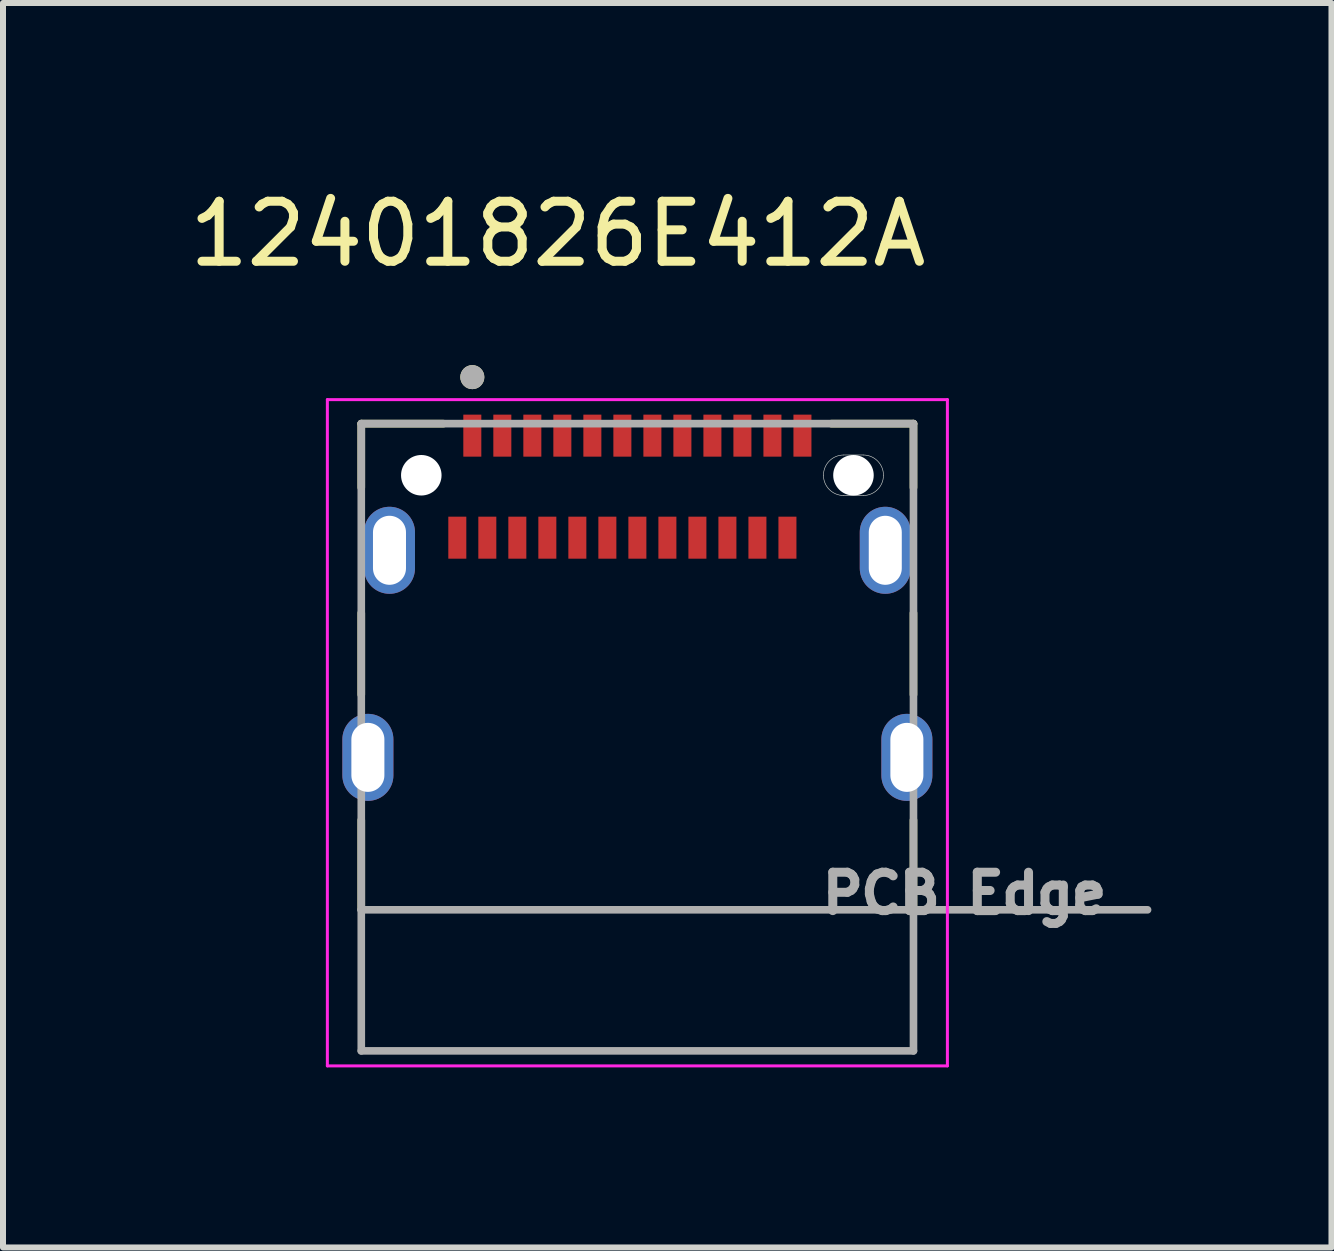
<source format=kicad_pcb>
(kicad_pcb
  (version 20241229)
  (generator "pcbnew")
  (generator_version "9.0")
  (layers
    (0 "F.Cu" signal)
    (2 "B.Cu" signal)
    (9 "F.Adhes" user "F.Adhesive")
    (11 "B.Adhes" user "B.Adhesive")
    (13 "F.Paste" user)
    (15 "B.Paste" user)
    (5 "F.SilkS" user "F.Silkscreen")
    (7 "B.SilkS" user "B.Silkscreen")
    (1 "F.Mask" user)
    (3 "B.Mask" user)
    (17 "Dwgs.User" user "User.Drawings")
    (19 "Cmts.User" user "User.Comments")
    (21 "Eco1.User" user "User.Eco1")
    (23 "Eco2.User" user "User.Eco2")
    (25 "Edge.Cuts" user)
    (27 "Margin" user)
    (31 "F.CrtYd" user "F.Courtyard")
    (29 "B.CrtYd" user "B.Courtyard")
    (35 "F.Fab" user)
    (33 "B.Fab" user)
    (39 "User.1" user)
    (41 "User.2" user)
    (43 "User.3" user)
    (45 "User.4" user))
  (footprint "12401826E412A"
    (layer "F.Cu")
    (at 7.569 8.458)
    (property "Reference" "12401826E412A" (at -1.325 -7.61 0) (layer "F.SilkS") (effects (font (size 1 1) (thickness 0.15))))
    (attr smd)
    (fp_poly (pts (xy -3.2 -2.95) (xy -2.8 -2.95) (xy -2.8 -2.15) (xy -3.2 -2.15)) (stroke (width 0.01) (type solid)) (fill yes) (layer "F.Mask"))
    (fp_poly (pts (xy -2.95 -4.65) (xy -2.55 -4.65) (xy -2.55 -3.85) (xy -2.95 -3.85)) (stroke (width 0.01) (type solid)) (fill yes) (layer "F.Mask"))
    (fp_poly (pts (xy -2.7 -2.95) (xy -2.3 -2.95) (xy -2.3 -2.15) (xy -2.7 -2.15)) (stroke (width 0.01) (type solid)) (fill yes) (layer "F.Mask"))
    (fp_poly (pts (xy -2.45 -4.65) (xy -2.05 -4.65) (xy -2.05 -3.85) (xy -2.45 -3.85)) (stroke (width 0.01) (type solid)) (fill yes) (layer "F.Mask"))
    (fp_poly (pts (xy -2.2 -2.95) (xy -1.8 -2.95) (xy -1.8 -2.15) (xy -2.2 -2.15)) (stroke (width 0.01) (type solid)) (fill yes) (layer "F.Mask"))
    (fp_poly (pts (xy -1.95 -4.65) (xy -1.55 -4.65) (xy -1.55 -3.85) (xy -1.95 -3.85)) (stroke (width 0.01) (type solid)) (fill yes) (layer "F.Mask"))
    (fp_poly (pts (xy -1.7 -2.95) (xy -1.3 -2.95) (xy -1.3 -2.15) (xy -1.7 -2.15)) (stroke (width 0.01) (type solid)) (fill yes) (layer "F.Mask"))
    (fp_poly (pts (xy -1.45 -4.65) (xy -1.05 -4.65) (xy -1.05 -3.85) (xy -1.45 -3.85)) (stroke (width 0.01) (type solid)) (fill yes) (layer "F.Mask"))
    (fp_poly (pts (xy -1.2 -2.95) (xy -0.8 -2.95) (xy -0.8 -2.15) (xy -1.2 -2.15)) (stroke (width 0.01) (type solid)) (fill yes) (layer "F.Mask"))
    (fp_poly (pts (xy -0.95 -4.65) (xy -0.55 -4.65) (xy -0.55 -3.85) (xy -0.95 -3.85)) (stroke (width 0.01) (type solid)) (fill yes) (layer "F.Mask"))
    (fp_poly (pts (xy -0.7 -2.95) (xy -0.3 -2.95) (xy -0.3 -2.15) (xy -0.7 -2.15)) (stroke (width 0.01) (type solid)) (fill yes) (layer "F.Mask"))
    (fp_poly (pts (xy -0.45 -4.65) (xy -0.05 -4.65) (xy -0.05 -3.85) (xy -0.45 -3.85)) (stroke (width 0.01) (type solid)) (fill yes) (layer "F.Mask"))
    (fp_poly (pts (xy -0.2 -2.95) (xy 0.2 -2.95) (xy 0.2 -2.15) (xy -0.2 -2.15)) (stroke (width 0.01) (type solid)) (fill yes) (layer "F.Mask"))
    (fp_poly (pts (xy 0.05 -4.65) (xy 0.45 -4.65) (xy 0.45 -3.85) (xy 0.05 -3.85)) (stroke (width 0.01) (type solid)) (fill yes) (layer "F.Mask"))
    (fp_poly (pts (xy 0.3 -2.95) (xy 0.7 -2.95) (xy 0.7 -2.15) (xy 0.3 -2.15)) (stroke (width 0.01) (type solid)) (fill yes) (layer "F.Mask"))
    (fp_poly (pts (xy 0.55 -4.65) (xy 0.95 -4.65) (xy 0.95 -3.85) (xy 0.55 -3.85)) (stroke (width 0.01) (type solid)) (fill yes) (layer "F.Mask"))
    (fp_poly (pts (xy 0.8 -2.95) (xy 1.2 -2.95) (xy 1.2 -2.15) (xy 0.8 -2.15)) (stroke (width 0.01) (type solid)) (fill yes) (layer "F.Mask"))
    (fp_poly (pts (xy 1.05 -4.65) (xy 1.45 -4.65) (xy 1.45 -3.85) (xy 1.05 -3.85)) (stroke (width 0.01) (type solid)) (fill yes) (layer "F.Mask"))
    (fp_poly (pts (xy 1.3 -2.95) (xy 1.7 -2.95) (xy 1.7 -2.15) (xy 1.3 -2.15)) (stroke (width 0.01) (type solid)) (fill yes) (layer "F.Mask"))
    (fp_poly (pts (xy 1.55 -4.65) (xy 1.95 -4.65) (xy 1.95 -3.85) (xy 1.55 -3.85)) (stroke (width 0.01) (type solid)) (fill yes) (layer "F.Mask"))
    (fp_poly (pts (xy 1.8 -2.95) (xy 2.2 -2.95) (xy 2.2 -2.15) (xy 1.8 -2.15)) (stroke (width 0.01) (type solid)) (fill yes) (layer "F.Mask"))
    (fp_poly (pts (xy 2.05 -4.65) (xy 2.45 -4.65) (xy 2.45 -3.85) (xy 2.05 -3.85)) (stroke (width 0.01) (type solid)) (fill yes) (layer "F.Mask"))
    (fp_poly (pts (xy 2.3 -2.95) (xy 2.7 -2.95) (xy 2.7 -2.15) (xy 2.3 -2.15)) (stroke (width 0.01) (type solid)) (fill yes) (layer "F.Mask"))
    (fp_poly (pts (xy 2.55 -4.65) (xy 2.95 -4.65) (xy 2.95 -3.85) (xy 2.55 -3.85)) (stroke (width 0.01) (type solid)) (fill yes) (layer "F.Mask"))
    (fp_poly (pts (xy 3.438 -3.152) (xy 3.415 -3.153) (xy 3.392 -3.155) (xy 3.369 -3.158) (xy 3.347 -3.162) (xy 3.324 -3.167) (xy 3.302 -3.174) (xy 3.281 -3.182) (xy 3.26 -3.19) (xy 3.239 -3.2) (xy 3.219 -3.211) (xy 3.199 -3.223) (xy 3.18 -3.236) (xy 3.162 -3.25) (xy 3.145 -3.265) (xy 3.128 -3.281) (xy 3.112 -3.297) (xy 3.097 -3.315) (xy 3.084 -3.333) (xy 3.071 -3.352) (xy 3.059 -3.371) (xy 3.048 -3.391) (xy 3.038 -3.412) (xy 3.029 -3.433) (xy 3.021 -3.455) (xy 3.015 -3.477) (xy 3.01 -3.499) (xy 3.005 -3.522) (xy 3.002 -3.544) (xy 3.001 -3.567) (xy 3 -3.59) (xy 3.001 -3.613) (xy 3.002 -3.636) (xy 3.005 -3.658) (xy 3.01 -3.681) (xy 3.015 -3.703) (xy 3.021 -3.725) (xy 3.029 -3.747) (xy 3.038 -3.768) (xy 3.048 -3.789) (xy 3.059 -3.809) (xy 3.071 -3.828) (xy 3.084 -3.847) (xy 3.097 -3.865) (xy 3.112 -3.883) (xy 3.128 -3.899) (xy 3.145 -3.915) (xy 3.162 -3.93) (xy 3.18 -3.944) (xy 3.199 -3.957) (xy 3.219 -3.969) (xy 3.239 -3.98) (xy 3.26 -3.99) (xy 3.281 -3.998) (xy 3.302 -4.006) (xy 3.324 -4.013) (xy 3.347 -4.018) (xy 3.369 -4.022) (xy 3.392 -4.025) (xy 3.415 -4.027) (xy 3.438 -4.027) (xy 3.763 -4.027) (xy 3.785 -4.027) (xy 3.808 -4.025) (xy 3.831 -4.022) (xy 3.853 -4.018) (xy 3.876 -4.013) (xy 3.898 -4.006) (xy 3.919 -3.998) (xy 3.94 -3.99) (xy 3.961 -3.98) (xy 3.981 -3.969) (xy 4.001 -3.957) (xy 4.02 -3.944) (xy 4.038 -3.93) (xy 4.055 -3.915) (xy 4.072 -3.899) (xy 4.088 -3.883) (xy 4.103 -3.865) (xy 4.116 -3.847) (xy 4.129 -3.828) (xy 4.141 -3.809) (xy 4.152 -3.789) (xy 4.162 -3.768) (xy 4.171 -3.747) (xy 4.179 -3.725) (xy 4.185 -3.703) (xy 4.19 -3.681) (xy 4.195 -3.658) (xy 4.198 -3.636) (xy 4.199 -3.613) (xy 4.2 -3.59) (xy 4.199 -3.567) (xy 4.198 -3.544) (xy 4.195 -3.522) (xy 4.19 -3.499) (xy 4.185 -3.477) (xy 4.179 -3.455) (xy 4.171 -3.433) (xy 4.162 -3.412) (xy 4.152 -3.391) (xy 4.141 -3.371) (xy 4.129 -3.352) (xy 4.116 -3.333) (xy 4.103 -3.315) (xy 4.088 -3.297) (xy 4.072 -3.281) (xy 4.055 -3.265) (xy 4.038 -3.25) (xy 4.02 -3.236) (xy 4.001 -3.223) (xy 3.981 -3.211) (xy 3.961 -3.2) (xy 3.94 -3.19) (xy 3.919 -3.182) (xy 3.898 -3.174) (xy 3.876 -3.167) (xy 3.853 -3.162) (xy 3.831 -3.158) (xy 3.808 -3.155) (xy 3.785 -3.153) (xy 3.763 -3.152) (xy 3.438 -3.152) (xy 3.438 -3.152)) (stroke (width 0.01) (type solid)) (fill yes) (layer "F.Mask"))
    (fp_poly (pts (xy 3.763 -3.152) (xy 3.785 -3.153) (xy 3.808 -3.155) (xy 3.831 -3.158) (xy 3.853 -3.162) (xy 3.876 -3.167) (xy 3.898 -3.174) (xy 3.919 -3.182) (xy 3.94 -3.19) (xy 3.961 -3.2) (xy 3.981 -3.211) (xy 4.001 -3.223) (xy 4.02 -3.236) (xy 4.038 -3.25) (xy 4.055 -3.265) (xy 4.072 -3.281) (xy 4.088 -3.297) (xy 4.103 -3.315) (xy 4.116 -3.333) (xy 4.129 -3.352) (xy 4.141 -3.371) (xy 4.152 -3.391) (xy 4.162 -3.412) (xy 4.171 -3.433) (xy 4.179 -3.455) (xy 4.185 -3.477) (xy 4.19 -3.499) (xy 4.195 -3.522) (xy 4.198 -3.544) (xy 4.199 -3.567) (xy 4.2 -3.59) (xy 4.199 -3.613) (xy 4.198 -3.636) (xy 4.195 -3.658) (xy 4.19 -3.681) (xy 4.185 -3.703) (xy 4.179 -3.725) (xy 4.171 -3.747) (xy 4.162 -3.768) (xy 4.152 -3.789) (xy 4.141 -3.809) (xy 4.129 -3.828) (xy 4.116 -3.847) (xy 4.103 -3.865) (xy 4.088 -3.883) (xy 4.072 -3.899) (xy 4.055 -3.915) (xy 4.038 -3.93) (xy 4.02 -3.944) (xy 4.001 -3.957) (xy 3.981 -3.969) (xy 3.961 -3.98) (xy 3.94 -3.99) (xy 3.919 -3.998) (xy 3.898 -4.006) (xy 3.876 -4.013) (xy 3.853 -4.018) (xy 3.831 -4.022) (xy 3.808 -4.025) (xy 3.785 -4.027) (xy 3.763 -4.027) (xy 3.438 -4.027) (xy 3.415 -4.027) (xy 3.392 -4.025) (xy 3.369 -4.022) (xy 3.347 -4.018) (xy 3.324 -4.013) (xy 3.302 -4.006) (xy 3.281 -3.998) (xy 3.26 -3.99) (xy 3.239 -3.98) (xy 3.219 -3.969) (xy 3.199 -3.957) (xy 3.18 -3.944) (xy 3.162 -3.93) (xy 3.145 -3.915) (xy 3.128 -3.899) (xy 3.112 -3.883) (xy 3.097 -3.865) (xy 3.084 -3.847) (xy 3.071 -3.828) (xy 3.059 -3.809) (xy 3.048 -3.789) (xy 3.038 -3.768) (xy 3.029 -3.747) (xy 3.021 -3.725) (xy 3.015 -3.703) (xy 3.01 -3.681) (xy 3.005 -3.658) (xy 3.002 -3.636) (xy 3.001 -3.613) (xy 3 -3.59) (xy 3.001 -3.567) (xy 3.002 -3.544) (xy 3.005 -3.522) (xy 3.01 -3.499) (xy 3.015 -3.477) (xy 3.021 -3.455) (xy 3.029 -3.433) (xy 3.038 -3.412) (xy 3.048 -3.391) (xy 3.059 -3.371) (xy 3.071 -3.352) (xy 3.084 -3.333) (xy 3.097 -3.315) (xy 3.112 -3.297) (xy 3.128 -3.281) (xy 3.145 -3.265) (xy 3.162 -3.25) (xy 3.18 -3.236) (xy 3.199 -3.223) (xy 3.219 -3.211) (xy 3.239 -3.2) (xy 3.26 -3.19) (xy 3.281 -3.182) (xy 3.302 -3.174) (xy 3.324 -3.167) (xy 3.347 -3.162) (xy 3.369 -3.158) (xy 3.392 -3.155) (xy 3.415 -3.153) (xy 3.438 -3.152) (xy 3.763 -3.152) (xy 3.763 -3.152)) (stroke (width 0.01) (type solid)) (fill yes) (layer "B.Mask"))
    (fp_line (start -4.6 -4.45) (end -3.23 -4.45) (stroke (width 0.127) (type solid)) (layer "F.SilkS"))
    (fp_line (start -4.6 -3.385) (end -4.6 -4.45) (stroke (width 0.127) (type solid)) (layer "F.SilkS"))
    (fp_line (start -4.6 0.065) (end -4.6 -1.295) (stroke (width 0.127) (type solid)) (layer "F.SilkS"))
    (fp_line (start -4.6 3.65) (end -4.6 2.155) (stroke (width 0.127) (type solid)) (layer "F.SilkS"))
    (fp_line (start 4.6 -4.45) (end 3.23 -4.45) (stroke (width 0.127) (type solid)) (layer "F.SilkS"))
    (fp_line (start 4.6 -3.385) (end 4.6 -4.45) (stroke (width 0.127) (type solid)) (layer "F.SilkS"))
    (fp_line (start 4.6 0.065) (end 4.6 -1.295) (stroke (width 0.127) (type solid)) (layer "F.SilkS"))
    (fp_line (start 4.6 3.65) (end 4.6 2.155) (stroke (width 0.127) (type solid)) (layer "F.SilkS"))
    (fp_circle (center -2.75 -5.225) (end -2.65 -5.225) (stroke (width 0.2) (type solid)) (fill no) (layer "F.SilkS"))
    (fp_line (start 3.438 -3.928) (end 3.763 -3.928) (stroke (width 0.01) (type solid)) (layer "Edge.Cuts"))
    (fp_line (start 3.763 -3.252) (end 3.438 -3.252) (stroke (width 0.01) (type solid)) (layer "Edge.Cuts"))
    (fp_arc (start 3.1 -3.59) (mid 3.198851 -3.828649) (end 3.4375 -3.9275) (stroke (width 0.01) (type solid)) (layer "Edge.Cuts"))
    (fp_arc (start 3.4375 -3.2525) (mid 3.198851 -3.351351) (end 3.1 -3.59) (stroke (width 0.01) (type solid)) (layer "Edge.Cuts"))
    (fp_arc (start 3.7625 -3.9275) (mid 4.001149 -3.828649) (end 4.1 -3.59) (stroke (width 0.01) (type solid)) (layer "Edge.Cuts"))
    (fp_arc (start 4.1 -3.59) (mid 4.001149 -3.351351) (end 3.7625 -3.2525) (stroke (width 0.01) (type solid)) (layer "Edge.Cuts"))
    (fp_line (start -5.165 -4.85) (end -5.165 6.25) (stroke (width 0.05) (type solid)) (layer "F.CrtYd"))
    (fp_line (start -5.165 6.25) (end 5.165 6.25) (stroke (width 0.05) (type solid)) (layer "F.CrtYd"))
    (fp_line (start 5.165 -4.85) (end -5.165 -4.85) (stroke (width 0.05) (type solid)) (layer "F.CrtYd"))
    (fp_line (start 5.165 6.25) (end 5.165 -4.85) (stroke (width 0.05) (type solid)) (layer "F.CrtYd"))
    (fp_line (start -4.6 -4.45) (end 4.6 -4.45) (stroke (width 0.127) (type solid)) (layer "F.Fab"))
    (fp_line (start -4.6 3.65) (end -4.6 -4.45) (stroke (width 0.127) (type solid)) (layer "F.Fab"))
    (fp_line (start -4.6 3.65) (end 8.5 3.65) (stroke (width 0.127) (type solid)) (layer "F.Fab"))
    (fp_line (start -4.6 6) (end -4.6 3.65) (stroke (width 0.127) (type solid)) (layer "F.Fab"))
    (fp_line (start 4.6 -4.45) (end 4.6 6) (stroke (width 0.127) (type solid)) (layer "F.Fab"))
    (fp_line (start 4.6 6) (end -4.6 6) (stroke (width 0.127) (type solid)) (layer "F.Fab"))
    (fp_circle (center -2.75 -5.225) (end -2.65 -5.225) (stroke (width 0.2) (type solid)) (fill no) (layer "F.Fab"))
    (fp_text user "PCB Edge" (at 5.45 3.375 0) (layer "F.Fab") (effects (font (size 0.64 0.64) (thickness 0.15))))
    (pad "" np_thru_hole circle (at -3.6 -3.59) (size 0.675 0.675) (drill 0.675) (layers "*.Cu" "*.Mask"))
    (pad "" np_thru_hole circle (at 3.6 -3.59) (size 0.675 0.675) (drill 0.675) (layers "*.Cu" "*.Mask"))
    (pad "A1" smd rect (at -2.75 -4.25) (size 0.3 0.7) (layers "F.Cu" "F.Paste"))
    (pad "A2" smd rect (at -2.25 -4.25) (size 0.3 0.7) (layers "F.Cu" "F.Paste"))
    (pad "A3" smd rect (at -1.75 -4.25) (size 0.3 0.7) (layers "F.Cu" "F.Paste"))
    (pad "A4" smd rect (at -1.25 -4.25) (size 0.3 0.7) (layers "F.Cu" "F.Paste"))
    (pad "A5" smd rect (at -0.75 -4.25) (size 0.3 0.7) (layers "F.Cu" "F.Paste"))
    (pad "A6" smd rect (at -0.25 -4.25) (size 0.3 0.7) (layers "F.Cu" "F.Paste"))
    (pad "A7" smd rect (at 0.25 -4.25) (size 0.3 0.7) (layers "F.Cu" "F.Paste"))
    (pad "A8" smd rect (at 0.75 -4.25) (size 0.3 0.7) (layers "F.Cu" "F.Paste"))
    (pad "A9" smd rect (at 1.25 -4.25) (size 0.3 0.7) (layers "F.Cu" "F.Paste"))
    (pad "A10" smd rect (at 1.75 -4.25) (size 0.3 0.7) (layers "F.Cu" "F.Paste"))
    (pad "A11" smd rect (at 2.25 -4.25) (size 0.3 0.7) (layers "F.Cu" "F.Paste"))
    (pad "A12" smd rect (at 2.75 -4.25) (size 0.3 0.7) (layers "F.Cu" "F.Paste"))
    (pad "B1" smd rect (at 2.5 -2.55) (size 0.3 0.7) (layers "F.Cu" "F.Paste"))
    (pad "B2" smd rect (at 2 -2.55) (size 0.3 0.7) (layers "F.Cu" "F.Paste"))
    (pad "B3" smd rect (at 1.5 -2.55) (size 0.3 0.7) (layers "F.Cu" "F.Paste"))
    (pad "B4" smd rect (at 1 -2.55) (size 0.3 0.7) (layers "F.Cu" "F.Paste"))
    (pad "B5" smd rect (at 0.5 -2.55) (size 0.3 0.7) (layers "F.Cu" "F.Paste"))
    (pad "B6" smd rect (at 0 -2.55) (size 0.3 0.7) (layers "F.Cu" "F.Paste"))
    (pad "B7" smd rect (at -0.5 -2.55) (size 0.3 0.7) (layers "F.Cu" "F.Paste"))
    (pad "B8" smd rect (at -1 -2.55) (size 0.3 0.7) (layers "F.Cu" "F.Paste"))
    (pad "B9" smd rect (at -1.5 -2.55) (size 0.3 0.7) (layers "F.Cu" "F.Paste"))
    (pad "B10" smd rect (at -2 -2.55) (size 0.3 0.7) (layers "F.Cu" "F.Paste"))
    (pad "B11" smd rect (at -2.5 -2.55) (size 0.3 0.7) (layers "F.Cu" "F.Paste"))
    (pad "B12" smd rect (at -3 -2.55) (size 0.3 0.7) (layers "F.Cu" "F.Paste"))
    (pad "S1" thru_hole oval (at -4.49 1.11) (size 0.85 1.45) (drill oval 0.55 1.15) (layers "*.Cu" "*.Mask"))
    (pad "S1" thru_hole oval (at -4.13 -2.34) (size 0.85 1.45) (drill oval 0.55 1.15) (layers "*.Cu" "*.Mask"))
    (pad "S1" thru_hole oval (at 4.13 -2.34) (size 0.85 1.45) (drill oval 0.55 1.15) (layers "*.Cu" "*.Mask"))
    (pad "S1" thru_hole oval (at 4.49 1.11) (size 0.85 1.45) (drill oval 0.55 1.15) (layers "*.Cu" "*.Mask"))
    (zone (net_name "") (layer "F.Cu") (hatch full 0.508) (connect_pads) (min_thickness 0.01) (filled_areas_thickness no) (keepout (tracks not_allowed) (vias not_allowed) (pads not_allowed) (copperpour not_allowed) (footprints allowed)) (placement (enabled no)) (fill) (polygon (pts (xy 3.819 6.818) (xy 11.319 6.818) (xy 11.319 12.108) (xy 3.819 12.108))))
    (zone (net_name "") (layers "F.Cu" "B.Cu") (hatch full 0.508) (connect_pads) (min_thickness 0.01) (filled_areas_thickness no) (keepout (tracks allowed) (vias not_allowed) (pads allowed) (copperpour allowed) (footprints allowed)) (placement (enabled no)) (fill) (polygon (pts (xy 3.819 6.818) (xy 11.319 6.818) (xy 11.319 12.108) (xy 3.819 12.108)))))
  (gr_rect
    (start -3 -3)
    (end 19.133 17.733)
    (stroke (width 0.1) (type default))
    (fill no)
    (layer "Edge.Cuts")))
</source>
